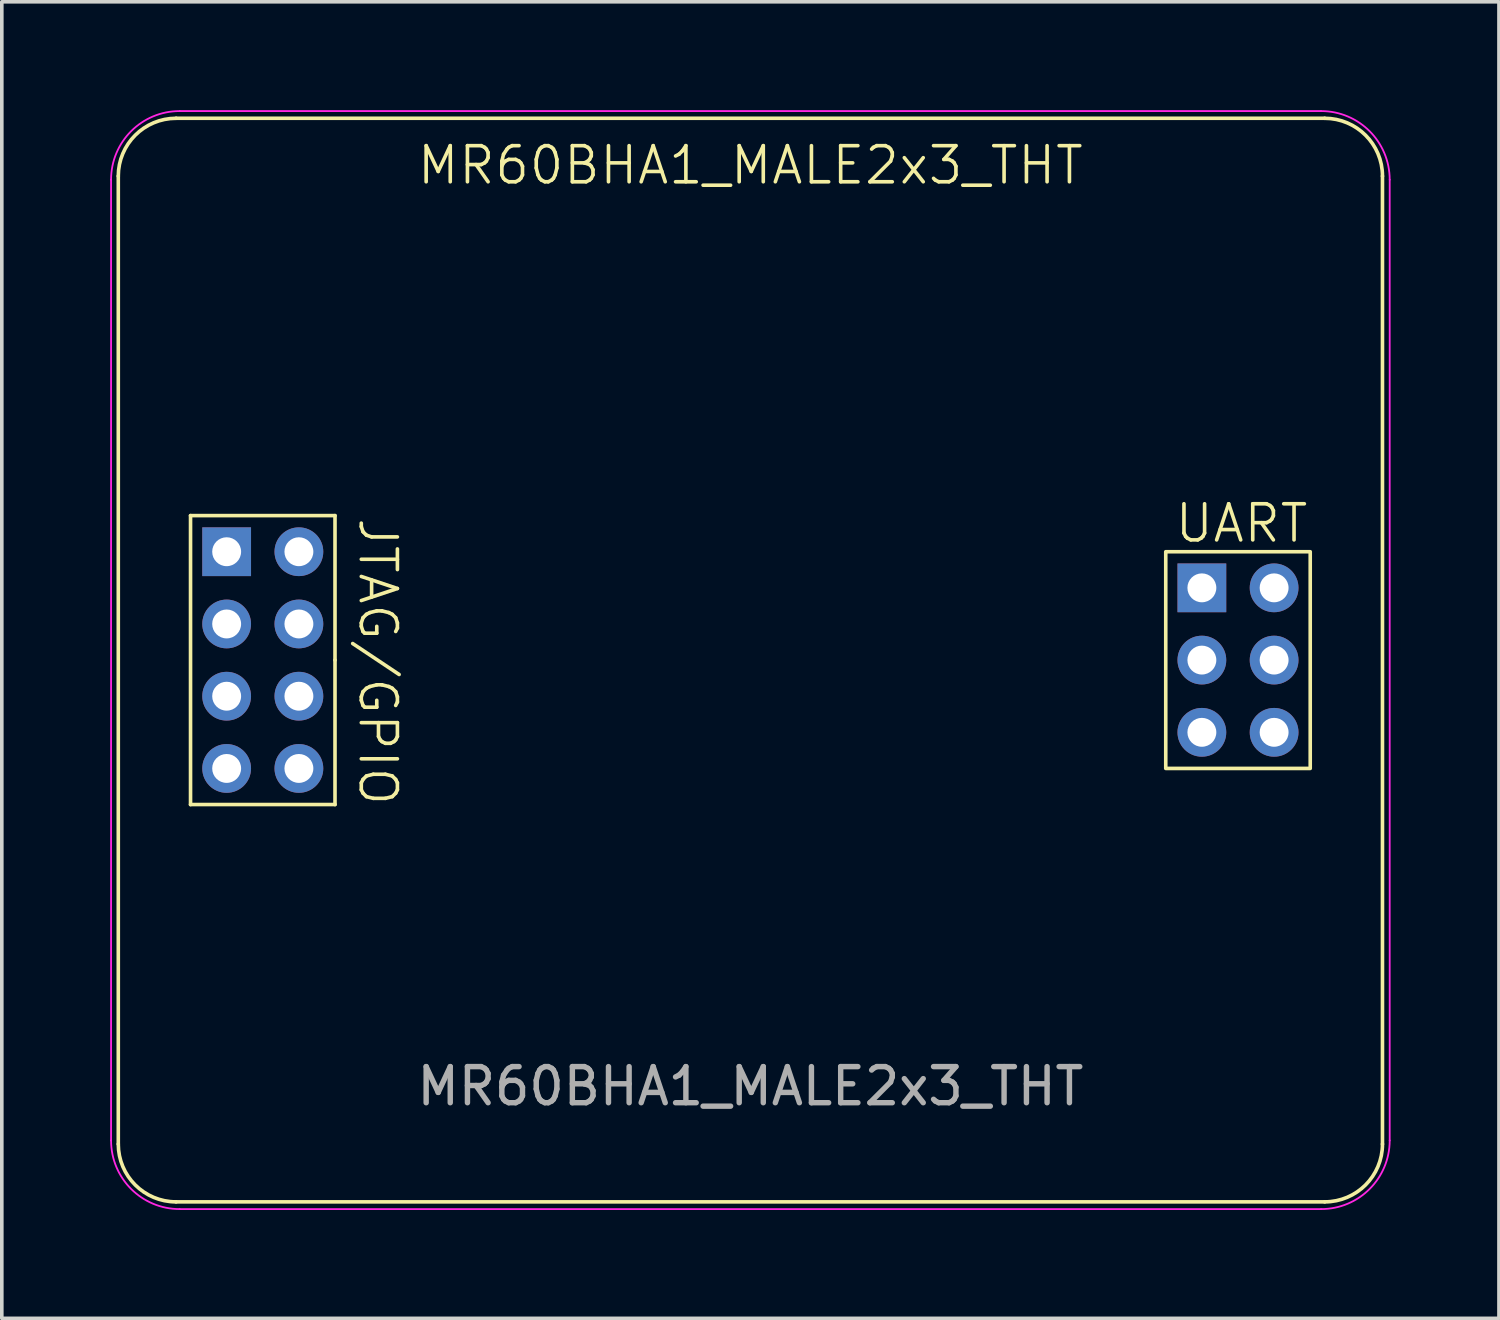
<source format=kicad_pcb>
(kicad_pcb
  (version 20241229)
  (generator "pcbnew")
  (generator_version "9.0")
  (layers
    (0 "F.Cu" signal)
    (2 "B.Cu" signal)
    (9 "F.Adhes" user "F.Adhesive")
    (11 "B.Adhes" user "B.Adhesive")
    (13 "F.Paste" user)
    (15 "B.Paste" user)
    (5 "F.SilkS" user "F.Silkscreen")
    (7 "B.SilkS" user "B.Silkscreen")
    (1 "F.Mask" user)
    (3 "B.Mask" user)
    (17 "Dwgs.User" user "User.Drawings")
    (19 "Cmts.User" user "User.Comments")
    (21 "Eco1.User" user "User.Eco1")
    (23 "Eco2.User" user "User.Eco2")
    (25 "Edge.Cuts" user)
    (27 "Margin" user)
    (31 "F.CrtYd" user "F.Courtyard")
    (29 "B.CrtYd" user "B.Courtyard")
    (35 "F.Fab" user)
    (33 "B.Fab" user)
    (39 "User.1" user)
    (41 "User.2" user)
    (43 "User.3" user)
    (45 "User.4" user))
  (footprint "MR60BHA1_MALE2x3_THT"
    (layer "F.Cu")
    (at 17.725 15.225)
    (property "Reference" "MR60BHA1_MALE2x3_THT" (at 0 -13.7 0) (unlocked yes) (layer "F.SilkS") (effects (font (size 1 1) (thickness 0.1))))
    (attr through_hole)
    (fp_line (start -17.5 13.4) (end -17.5 -13.4) (stroke (width 0.1) (type default)) (layer "F.SilkS"))
    (fp_line (start -15.9 -15) (end 15.9 -15) (stroke (width 0.1) (type default)) (layer "F.SilkS"))
    (fp_line (start -15.9 15) (end 15.9 15) (stroke (width 0.1) (type default)) (layer "F.SilkS"))
    (fp_line (start -15.5 -4) (end -15.5 4) (stroke (width 0.1) (type default)) (layer "F.SilkS"))
    (fp_line (start -15.5 4) (end -11.5 4) (stroke (width 0.1) (type default)) (layer "F.SilkS"))
    (fp_line (start -11.5 -4) (end -15.5 -4) (stroke (width 0.1) (type default)) (layer "F.SilkS"))
    (fp_line (start -11.5 0) (end -11.5 -4) (stroke (width 0.1) (type default)) (layer "F.SilkS"))
    (fp_line (start -11.5 4) (end -11.5 0) (stroke (width 0.1) (type default)) (layer "F.SilkS"))
    (fp_line (start 17.5 13.4) (end 17.5 -13.4) (stroke (width 0.1) (type default)) (layer "F.SilkS"))
    (fp_rect (start 11.5 -3) (end 15.5 3) (stroke (width 0.1) (type default)) (fill no) (layer "F.SilkS"))
    (fp_arc (start -17.5 -13.4) (mid -17.031371 -14.531371) (end -15.9 -15) (stroke (width 0.1) (type default)) (layer "F.SilkS"))
    (fp_arc (start -15.9 15) (mid -17.031371 14.531371) (end -17.5 13.4) (stroke (width 0.1) (type default)) (layer "F.SilkS"))
    (fp_arc (start 15.9 -15) (mid 17.031371 -14.531371) (end 17.5 -13.4) (stroke (width 0.1) (type default)) (layer "F.SilkS"))
    (fp_arc (start 17.5 13.4) (mid 17.031371 14.531372) (end 15.9 15) (stroke (width 0.1) (type default)) (layer "F.SilkS"))
    (fp_line (start -17.7 13.3) (end -17.7 -13.3) (stroke (width 0.05) (type default)) (layer "F.CrtYd"))
    (fp_line (start -15.8 -15.2) (end 15.8 -15.2) (stroke (width 0.05) (type default)) (layer "F.CrtYd"))
    (fp_line (start 15.8 15.2) (end -15.8 15.2) (stroke (width 0.05) (type default)) (layer "F.CrtYd"))
    (fp_line (start 17.7 13.3) (end 17.7 -13.3) (stroke (width 0.05) (type default)) (layer "F.CrtYd"))
    (fp_arc (start -17.7 -13.3) (mid -17.143503 -14.643503) (end -15.8 -15.2) (stroke (width 0.05) (type default)) (layer "F.CrtYd"))
    (fp_arc (start -15.8 15.2) (mid -17.143503 14.643503) (end -17.7 13.3) (stroke (width 0.05) (type default)) (layer "F.CrtYd"))
    (fp_arc (start 15.8 -15.2) (mid 17.143503 -14.643503) (end 17.7 -13.3) (stroke (width 0.05) (type default)) (layer "F.CrtYd"))
    (fp_arc (start 17.7 13.3) (mid 17.143503 14.643503) (end 15.8 15.2) (stroke (width 0.05) (type default)) (layer "F.CrtYd"))
    (fp_text user "UART" (at 11.7 -3.2 0) (unlocked yes) (layer "F.SilkS") (effects (font (size 1 1) (thickness 0.1)) (justify left bottom)))
    (fp_text user "JTAG/GPIO" (at -10.9 -4 270) (unlocked yes) (layer "F.SilkS") (effects (font (size 1 1) (thickness 0.1)) (justify left bottom)))
    (fp_text user "${REFERENCE}" (at 0 11.8 0) (unlocked yes) (layer "F.Fab") (effects (font (size 1 1) (thickness 0.15))))
    (pad "1" thru_hole rect (at 12.5 -2 90) (size 1.35 1.35) (drill 0.8) (layers "*.Cu" "*.Mask"))
    (pad "2" thru_hole oval (at 14.5 -2 90) (size 1.35 1.35) (drill 0.8) (layers "*.Cu" "*.Mask"))
    (pad "3" thru_hole oval (at 12.5 0 90) (size 1.35 1.35) (drill 0.8) (layers "*.Cu" "*.Mask"))
    (pad "4" thru_hole oval (at 14.5 0 90) (size 1.35 1.35) (drill 0.8) (layers "*.Cu" "*.Mask"))
    (pad "5" thru_hole oval (at 12.5 2 90) (size 1.35 1.35) (drill 0.8) (layers "*.Cu" "*.Mask"))
    (pad "6" thru_hole oval (at 14.5 2 90) (size 1.35 1.35) (drill 0.8) (layers "*.Cu" "*.Mask"))
    (pad "7" thru_hole rect (at -14.5 -3 90) (size 1.35 1.35) (drill 0.8) (layers "*.Cu" "*.Mask"))
    (pad "8" thru_hole oval (at -12.5 -3 90) (size 1.35 1.35) (drill 0.8) (layers "*.Cu" "*.Mask"))
    (pad "9" thru_hole oval (at -14.5 -1 90) (size 1.35 1.35) (drill 0.8) (layers "*.Cu" "*.Mask"))
    (pad "10" thru_hole oval (at -12.5 -1 90) (size 1.35 1.35) (drill 0.8) (layers "*.Cu" "*.Mask"))
    (pad "11" thru_hole oval (at -14.5 1 90) (size 1.35 1.35) (drill 0.8) (layers "*.Cu" "*.Mask"))
    (pad "12" thru_hole oval (at -12.5 1 90) (size 1.35 1.35) (drill 0.8) (layers "*.Cu" "*.Mask"))
    (pad "13" thru_hole oval (at -14.5 3 90) (size 1.35 1.35) (drill 0.8) (layers "*.Cu" "*.Mask"))
    (pad "14" thru_hole oval (at -12.5 3 90) (size 1.35 1.35) (drill 0.8) (layers "*.Cu" "*.Mask")))
  (gr_rect
    (start -3 -3)
    (end 38.45 33.45)
    (stroke (width 0.1) (type default))
    (fill no)
    (layer "Edge.Cuts")))
</source>
